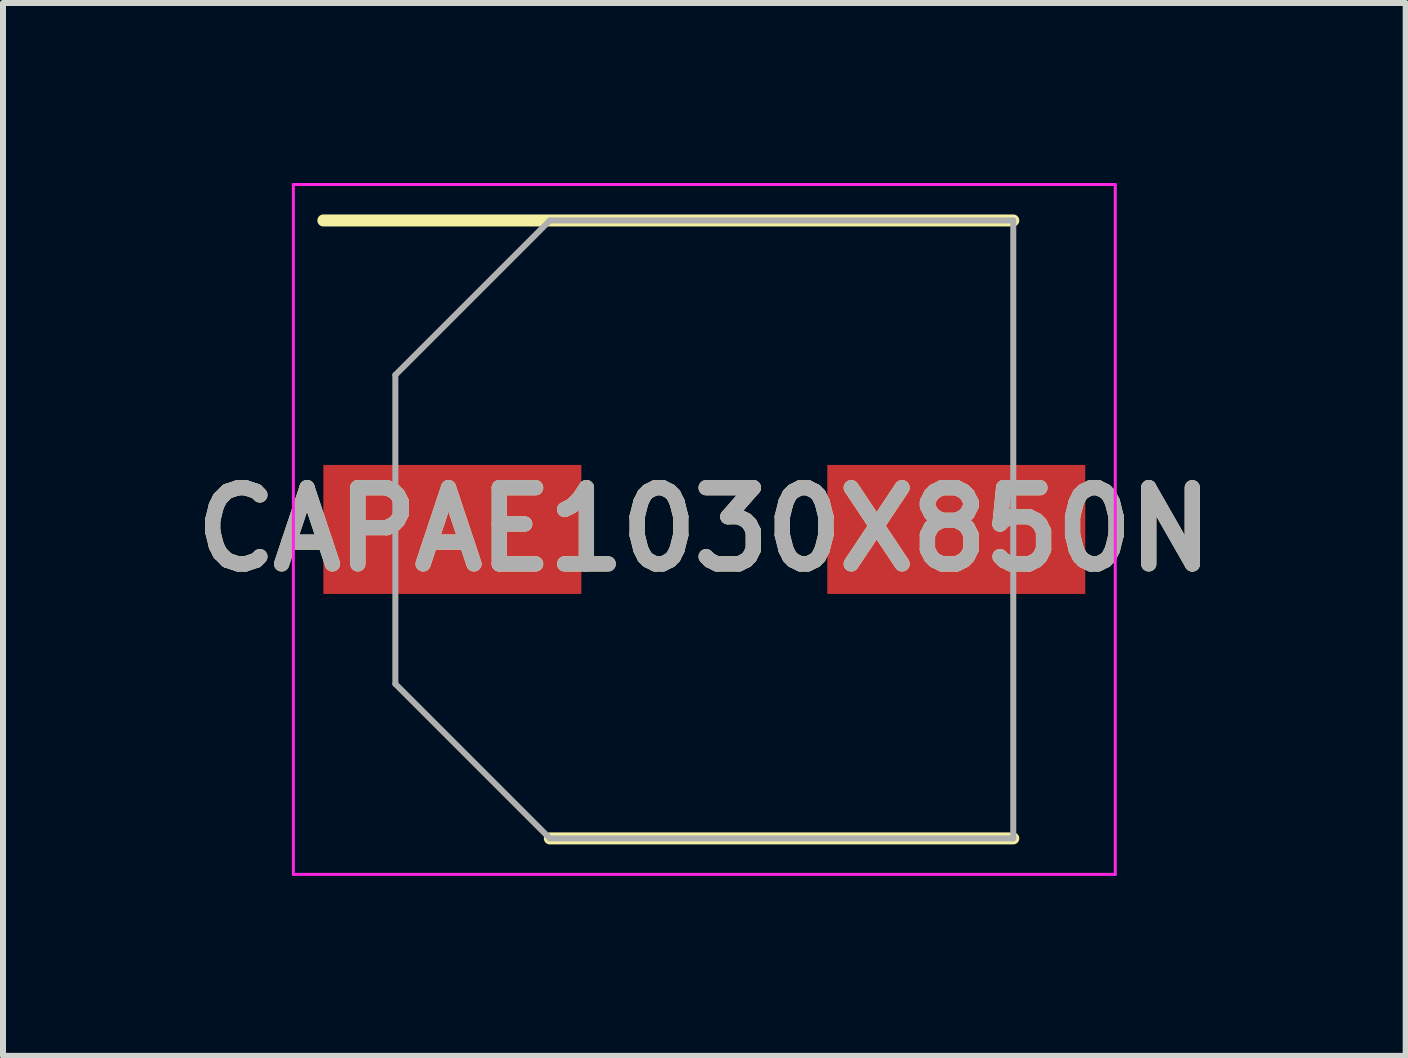
<source format=kicad_pcb>
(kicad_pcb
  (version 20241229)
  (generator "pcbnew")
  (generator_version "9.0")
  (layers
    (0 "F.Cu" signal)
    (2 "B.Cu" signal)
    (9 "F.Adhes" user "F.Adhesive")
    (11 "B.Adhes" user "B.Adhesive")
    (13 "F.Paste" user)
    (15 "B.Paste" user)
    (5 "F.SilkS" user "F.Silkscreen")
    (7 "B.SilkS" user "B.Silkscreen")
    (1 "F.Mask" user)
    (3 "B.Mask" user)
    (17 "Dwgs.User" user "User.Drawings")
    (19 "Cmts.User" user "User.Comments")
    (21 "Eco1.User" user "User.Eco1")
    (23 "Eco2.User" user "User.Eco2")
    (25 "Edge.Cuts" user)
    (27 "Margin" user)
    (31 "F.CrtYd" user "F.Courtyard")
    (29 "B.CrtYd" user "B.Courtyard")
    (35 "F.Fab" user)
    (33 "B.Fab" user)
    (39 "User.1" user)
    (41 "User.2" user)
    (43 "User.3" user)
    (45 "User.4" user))
  (footprint "CAPAE1030X850N"
    (layer "F.Cu")
    (at 8.69 5.775)
    (property "Reference" "CAPAE1030X850N" (at 0 0 180) (layer "F.SilkS") (effects (font (size 1.27 1.27) (thickness 0.254))))
    (attr smd)
    (fp_line (start -6.35 -5.15) (end 5.15 -5.15) (stroke (width 0.2) (type solid)) (layer "F.SilkS"))
    (fp_line (start -2.575 5.15) (end 5.15 5.15) (stroke (width 0.2) (type solid)) (layer "F.SilkS"))
    (fp_line (start -6.85 -5.75) (end 6.85 -5.75) (stroke (width 0.05) (type solid)) (layer "F.CrtYd"))
    (fp_line (start -6.85 5.75) (end -6.85 -5.75) (stroke (width 0.05) (type solid)) (layer "F.CrtYd"))
    (fp_line (start 6.85 -5.75) (end 6.85 5.75) (stroke (width 0.05) (type solid)) (layer "F.CrtYd"))
    (fp_line (start 6.85 5.75) (end -6.85 5.75) (stroke (width 0.05) (type solid)) (layer "F.CrtYd"))
    (fp_line (start -5.15 -2.575) (end -5.15 2.575) (stroke (width 0.1) (type solid)) (layer "F.Fab"))
    (fp_line (start -5.15 2.575) (end -2.575 5.15) (stroke (width 0.1) (type solid)) (layer "F.Fab"))
    (fp_line (start -2.575 -5.15) (end -5.15 -2.575) (stroke (width 0.1) (type solid)) (layer "F.Fab"))
    (fp_line (start -2.575 5.15) (end 5.15 5.15) (stroke (width 0.1) (type solid)) (layer "F.Fab"))
    (fp_line (start 5.15 -5.15) (end -2.575 -5.15) (stroke (width 0.1) (type solid)) (layer "F.Fab"))
    (fp_line (start 5.15 5.15) (end 5.15 -5.15) (stroke (width 0.1) (type solid)) (layer "F.Fab"))
    (fp_text user "${REFERENCE}" (at 0 0 180) (layer "F.Fab") (effects (font (size 1.27 1.27) (thickness 0.254))))
    (pad "1" smd rect (at -4.2 0 90) (size 2.15 4.3) (layers "F.Cu" "F.Mask" "F.Paste"))
    (pad "2" smd rect (at 4.2 0 90) (size 2.15 4.3) (layers "F.Cu" "F.Mask" "F.Paste")))
  (gr_rect
    (start -3 -3)
    (end 20.381 14.55)
    (stroke (width 0.1) (type default))
    (fill no)
    (layer "Edge.Cuts")))
</source>
